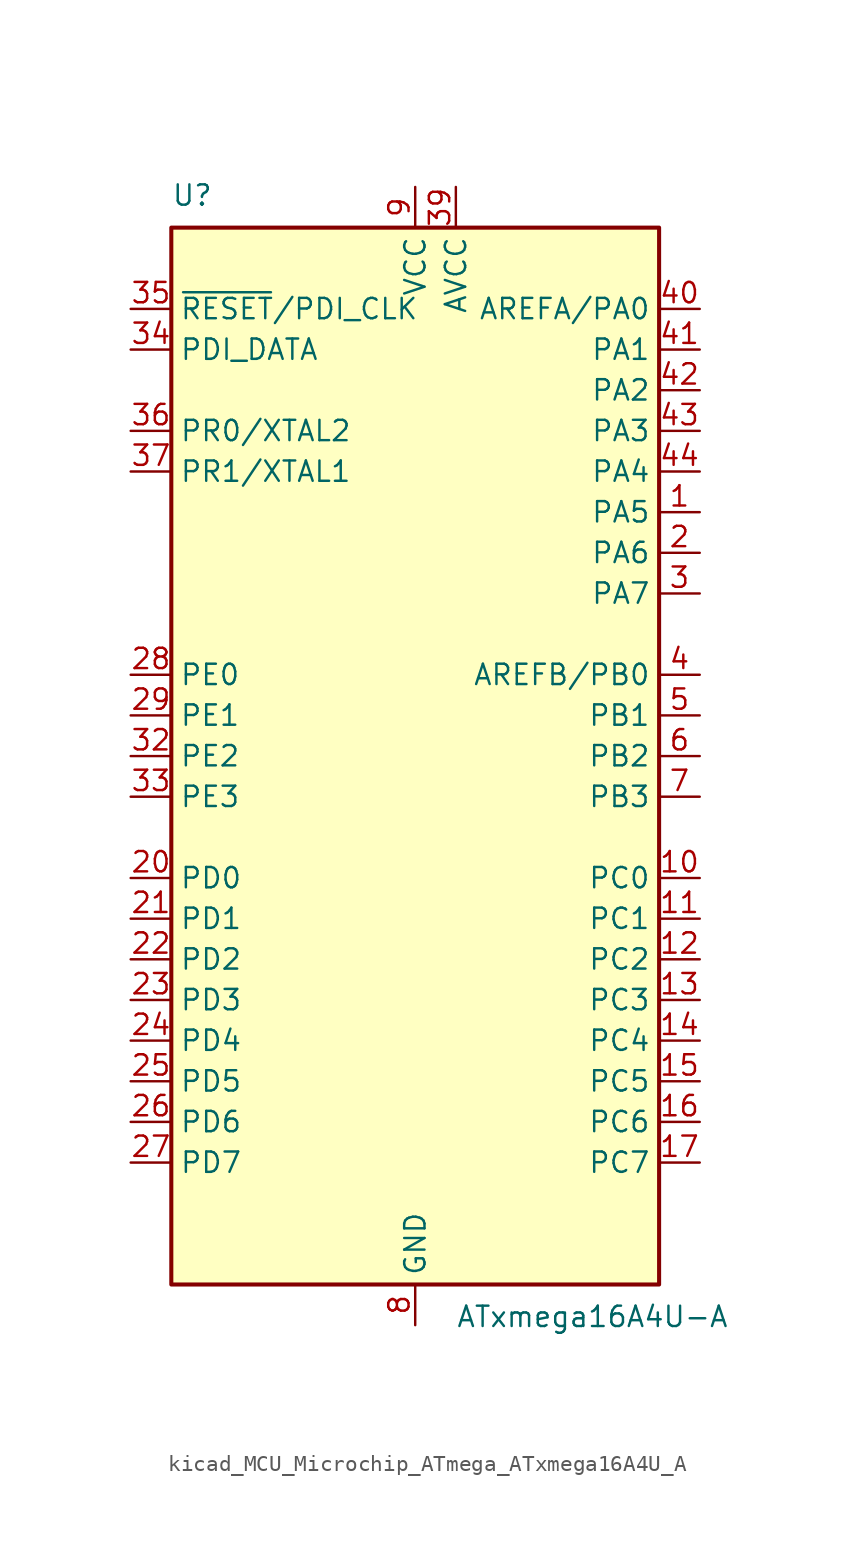
<source format=kicad_sym>
(kicad_symbol_lib
  (version 20220914)
  (generator kicad_symbol_editor)
  (symbol "kicad_MCU_Microchip_ATmega_ATxmega16A4U_A"
    (property "Reference" "U"
      (at -15.24 34.29 0)
      (effects (font (size 1.27 1.27)) (justify left bottom)))
    (property "Value" "ATxmega16A4U-A"
      (at 2.54 -34.29 0)
      (effects (font (size 1.27 1.27)) (justify left top)))
    (symbol "kicad_MCU_Microchip_ATmega_ATxmega16A4U_A_0_1"
      (rectangle (start -15.24 -33.02) (end 15.24 33.02) (stroke (width 0.254) (type default)) (fill (type background))))
    (symbol "kicad_MCU_Microchip_ATmega_ATxmega16A4U_A_1_1"
      (pin bidirectional line (at 17.78 15.24 180) (length 2.54) (name "PA5" (effects (font (size 1.27 1.27)))) (number "1" (effects (font (size 1.27 1.27)))))
      (pin bidirectional line (at 17.78 -7.62 180) (length 2.54) (name "PC0" (effects (font (size 1.27 1.27)))) (number "10" (effects (font (size 1.27 1.27)))))
      (pin bidirectional line (at 17.78 -10.16 180) (length 2.54) (name "PC1" (effects (font (size 1.27 1.27)))) (number "11" (effects (font (size 1.27 1.27)))))
      (pin bidirectional line (at 17.78 -12.7 180) (length 2.54) (name "PC2" (effects (font (size 1.27 1.27)))) (number "12" (effects (font (size 1.27 1.27)))))
      (pin bidirectional line (at 17.78 -15.24 180) (length 2.54) (name "PC3" (effects (font (size 1.27 1.27)))) (number "13" (effects (font (size 1.27 1.27)))))
      (pin bidirectional line (at 17.78 -17.78 180) (length 2.54) (name "PC4" (effects (font (size 1.27 1.27)))) (number "14" (effects (font (size 1.27 1.27)))))
      (pin bidirectional line (at 17.78 -20.32 180) (length 2.54) (name "PC5" (effects (font (size 1.27 1.27)))) (number "15" (effects (font (size 1.27 1.27)))))
      (pin bidirectional line (at 17.78 -22.86 180) (length 2.54) (name "PC6" (effects (font (size 1.27 1.27)))) (number "16" (effects (font (size 1.27 1.27)))))
      (pin bidirectional line (at 17.78 -25.4 180) (length 2.54) (name "PC7" (effects (font (size 1.27 1.27)))) (number "17" (effects (font (size 1.27 1.27)))))
      (pin passive line (at 0 -35.56 90) (length 2.54) hide (name "GND" (effects (font (size 1.27 1.27)))) (number "18" (effects (font (size 1.27 1.27)))))
      (pin passive line (at 0 35.56 270) (length 2.54) hide (name "VCC" (effects (font (size 1.27 1.27)))) (number "19" (effects (font (size 1.27 1.27)))))
      (pin bidirectional line (at 17.78 12.7 180) (length 2.54) (name "PA6" (effects (font (size 1.27 1.27)))) (number "2" (effects (font (size 1.27 1.27)))))
      (pin bidirectional line (at -17.78 -7.62 0) (length 2.54) (name "PD0" (effects (font (size 1.27 1.27)))) (number "20" (effects (font (size 1.27 1.27)))))
      (pin bidirectional line (at -17.78 -10.16 0) (length 2.54) (name "PD1" (effects (font (size 1.27 1.27)))) (number "21" (effects (font (size 1.27 1.27)))))
      (pin bidirectional line (at -17.78 -12.7 0) (length 2.54) (name "PD2" (effects (font (size 1.27 1.27)))) (number "22" (effects (font (size 1.27 1.27)))))
      (pin bidirectional line (at -17.78 -15.24 0) (length 2.54) (name "PD3" (effects (font (size 1.27 1.27)))) (number "23" (effects (font (size 1.27 1.27)))))
      (pin bidirectional line (at -17.78 -17.78 0) (length 2.54) (name "PD4" (effects (font (size 1.27 1.27)))) (number "24" (effects (font (size 1.27 1.27)))))
      (pin bidirectional line (at -17.78 -20.32 0) (length 2.54) (name "PD5" (effects (font (size 1.27 1.27)))) (number "25" (effects (font (size 1.27 1.27)))))
      (pin bidirectional line (at -17.78 -22.86 0) (length 2.54) (name "PD6" (effects (font (size 1.27 1.27)))) (number "26" (effects (font (size 1.27 1.27)))))
      (pin bidirectional line (at -17.78 -25.4 0) (length 2.54) (name "PD7" (effects (font (size 1.27 1.27)))) (number "27" (effects (font (size 1.27 1.27)))))
      (pin bidirectional line (at -17.78 5.08 0) (length 2.54) (name "PE0" (effects (font (size 1.27 1.27)))) (number "28" (effects (font (size 1.27 1.27)))))
      (pin bidirectional line (at -17.78 2.54 0) (length 2.54) (name "PE1" (effects (font (size 1.27 1.27)))) (number "29" (effects (font (size 1.27 1.27)))))
      (pin bidirectional line (at 17.78 10.16 180) (length 2.54) (name "PA7" (effects (font (size 1.27 1.27)))) (number "3" (effects (font (size 1.27 1.27)))))
      (pin passive line (at 0 -35.56 90) (length 2.54) hide (name "GND" (effects (font (size 1.27 1.27)))) (number "30" (effects (font (size 1.27 1.27)))))
      (pin passive line (at 0 35.56 270) (length 2.54) hide (name "VCC" (effects (font (size 1.27 1.27)))) (number "31" (effects (font (size 1.27 1.27)))))
      (pin bidirectional line (at -17.78 0 0) (length 2.54) (name "PE2" (effects (font (size 1.27 1.27)))) (number "32" (effects (font (size 1.27 1.27)))))
      (pin bidirectional line (at -17.78 -2.54 0) (length 2.54) (name "PE3" (effects (font (size 1.27 1.27)))) (number "33" (effects (font (size 1.27 1.27)))))
      (pin bidirectional line (at -17.78 25.4 0) (length 2.54) (name "PDI_DATA" (effects (font (size 1.27 1.27)))) (number "34" (effects (font (size 1.27 1.27)))))
      (pin input line (at -17.78 27.94 0) (length 2.54) (name "~{RESET}/PDI_CLK" (effects (font (size 1.27 1.27)))) (number "35" (effects (font (size 1.27 1.27)))))
      (pin bidirectional line (at -17.78 20.32 0) (length 2.54) (name "PR0/XTAL2" (effects (font (size 1.27 1.27)))) (number "36" (effects (font (size 1.27 1.27)))))
      (pin bidirectional line (at -17.78 17.78 0) (length 2.54) (name "PR1/XTAL1" (effects (font (size 1.27 1.27)))) (number "37" (effects (font (size 1.27 1.27)))))
      (pin passive line (at 0 -35.56 90) (length 2.54) hide (name "GND" (effects (font (size 1.27 1.27)))) (number "38" (effects (font (size 1.27 1.27)))))
      (pin power_in line (at 2.54 35.56 270) (length 2.54) (name "AVCC" (effects (font (size 1.27 1.27)))) (number "39" (effects (font (size 1.27 1.27)))))
      (pin bidirectional line (at 17.78 5.08 180) (length 2.54) (name "AREFB/PB0" (effects (font (size 1.27 1.27)))) (number "4" (effects (font (size 1.27 1.27)))))
      (pin bidirectional line (at 17.78 27.94 180) (length 2.54) (name "AREFA/PA0" (effects (font (size 1.27 1.27)))) (number "40" (effects (font (size 1.27 1.27)))))
      (pin bidirectional line (at 17.78 25.4 180) (length 2.54) (name "PA1" (effects (font (size 1.27 1.27)))) (number "41" (effects (font (size 1.27 1.27)))))
      (pin bidirectional line (at 17.78 22.86 180) (length 2.54) (name "PA2" (effects (font (size 1.27 1.27)))) (number "42" (effects (font (size 1.27 1.27)))))
      (pin bidirectional line (at 17.78 20.32 180) (length 2.54) (name "PA3" (effects (font (size 1.27 1.27)))) (number "43" (effects (font (size 1.27 1.27)))))
      (pin bidirectional line (at 17.78 17.78 180) (length 2.54) (name "PA4" (effects (font (size 1.27 1.27)))) (number "44" (effects (font (size 1.27 1.27)))))
      (pin bidirectional line (at 17.78 2.54 180) (length 2.54) (name "PB1" (effects (font (size 1.27 1.27)))) (number "5" (effects (font (size 1.27 1.27)))))
      (pin bidirectional line (at 17.78 0 180) (length 2.54) (name "PB2" (effects (font (size 1.27 1.27)))) (number "6" (effects (font (size 1.27 1.27)))))
      (pin bidirectional line (at 17.78 -2.54 180) (length 2.54) (name "PB3" (effects (font (size 1.27 1.27)))) (number "7" (effects (font (size 1.27 1.27)))))
      (pin power_in line (at 0 -35.56 90) (length 2.54) (name "GND" (effects (font (size 1.27 1.27)))) (number "8" (effects (font (size 1.27 1.27)))))
      (pin power_in line (at 0 35.56 270) (length 2.54) (name "VCC" (effects (font (size 1.27 1.27)))) (number "9" (effects (font (size 1.27 1.27))))))))
</source>
